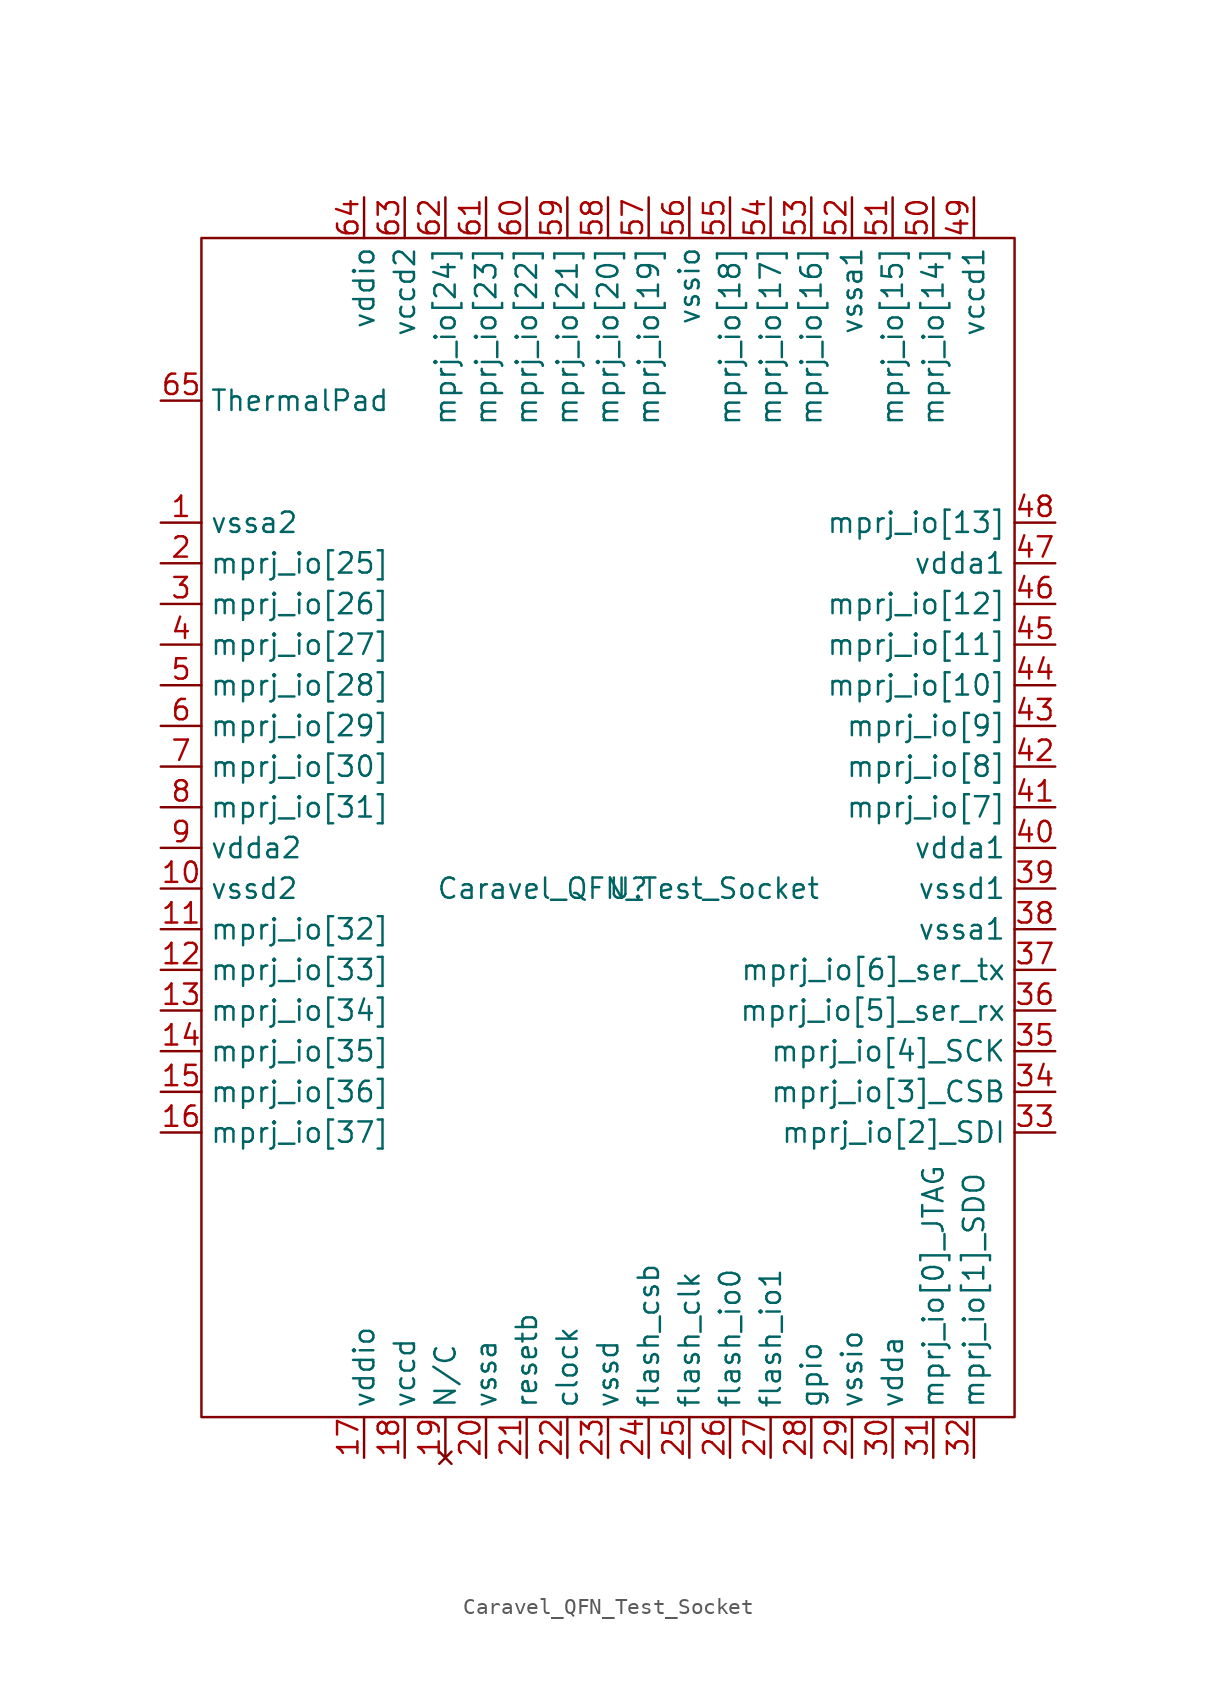
<source format=kicad_sym>
(kicad_symbol_lib
  (version 20231120)
  (generator "kicad_symbol_editor")
  (generator_version "8.0")
  (symbol "Caravel_QFN_Test_Socket"
    (property "Reference" "U"
      (at 0 0 0)
      (effects (font (size 1.27 1.27))))
    (property "Value" "Caravel_QFN_Test_Socket"
      (at 0 0 0)
      (effects (font (size 1.27 1.27))))
    (symbol "Caravel_QFN_Test_Socket_0_1"
      (rectangle (start -26.67 40.64) (end 24.13 -33.02) (stroke (width 0) (type default)) (fill (type none))))
    (symbol "Caravel_QFN_Test_Socket_1_1"
      (pin power_in line (at -29.21 22.86 0) (length 2.54) (name "vssa2" (effects (font (size 1.27 1.27)))) (number "1" (effects (font (size 1.27 1.27)))))
      (pin power_in line (at -29.21 0 0) (length 2.54) (name "vssd2" (effects (font (size 1.27 1.27)))) (number "10" (effects (font (size 1.27 1.27)))))
      (pin bidirectional line (at -29.21 -2.54 0) (length 2.54) (name "mprj_io[32]" (effects (font (size 1.27 1.27)))) (number "11" (effects (font (size 1.27 1.27)))))
      (pin bidirectional line (at -29.21 -5.08 0) (length 2.54) (name "mprj_io[33]" (effects (font (size 1.27 1.27)))) (number "12" (effects (font (size 1.27 1.27)))))
      (pin bidirectional line (at -29.21 -7.62 0) (length 2.54) (name "mprj_io[34]" (effects (font (size 1.27 1.27)))) (number "13" (effects (font (size 1.27 1.27)))))
      (pin bidirectional line (at -29.21 -10.16 0) (length 2.54) (name "mprj_io[35]" (effects (font (size 1.27 1.27)))) (number "14" (effects (font (size 1.27 1.27)))))
      (pin bidirectional line (at -29.21 -12.7 0) (length 2.54) (name "mprj_io[36]" (effects (font (size 1.27 1.27)))) (number "15" (effects (font (size 1.27 1.27)))))
      (pin bidirectional line (at -29.21 -15.24 0) (length 2.54) (name "mprj_io[37]" (effects (font (size 1.27 1.27)))) (number "16" (effects (font (size 1.27 1.27)))))
      (pin power_in line (at -16.51 -35.56 90) (length 2.54) (name "vddio" (effects (font (size 1.27 1.27)))) (number "17" (effects (font (size 1.27 1.27)))))
      (pin power_in line (at -13.97 -35.56 90) (length 2.54) (name "vccd" (effects (font (size 1.27 1.27)))) (number "18" (effects (font (size 1.27 1.27)))))
      (pin no_connect line (at -11.43 -35.56 90) (length 2.54) (name "N/C" (effects (font (size 1.27 1.27)))) (number "19" (effects (font (size 1.27 1.27)))))
      (pin bidirectional line (at -29.21 20.32 0) (length 2.54) (name "mprj_io[25]" (effects (font (size 1.27 1.27)))) (number "2" (effects (font (size 1.27 1.27)))))
      (pin power_in line (at -8.89 -35.56 90) (length 2.54) (name "vssa" (effects (font (size 1.27 1.27)))) (number "20" (effects (font (size 1.27 1.27)))))
      (pin input line (at -6.35 -35.56 90) (length 2.54) (name "resetb" (effects (font (size 1.27 1.27)))) (number "21" (effects (font (size 1.27 1.27)))))
      (pin input line (at -3.81 -35.56 90) (length 2.54) (name "clock" (effects (font (size 1.27 1.27)))) (number "22" (effects (font (size 1.27 1.27)))))
      (pin power_in line (at -1.27 -35.56 90) (length 2.54) (name "vssd" (effects (font (size 1.27 1.27)))) (number "23" (effects (font (size 1.27 1.27)))))
      (pin output line (at 1.27 -35.56 90) (length 2.54) (name "flash_csb" (effects (font (size 1.27 1.27)))) (number "24" (effects (font (size 1.27 1.27)))))
      (pin output line (at 3.81 -35.56 90) (length 2.54) (name "flash_clk" (effects (font (size 1.27 1.27)))) (number "25" (effects (font (size 1.27 1.27)))))
      (pin bidirectional line (at 6.35 -35.56 90) (length 2.54) (name "flash_io0" (effects (font (size 1.27 1.27)))) (number "26" (effects (font (size 1.27 1.27)))))
      (pin bidirectional line (at 8.89 -35.56 90) (length 2.54) (name "flash_io1" (effects (font (size 1.27 1.27)))) (number "27" (effects (font (size 1.27 1.27)))))
      (pin bidirectional line (at 11.43 -35.56 90) (length 2.54) (name "gpio" (effects (font (size 1.27 1.27)))) (number "28" (effects (font (size 1.27 1.27)))))
      (pin power_in line (at 13.97 -35.56 90) (length 2.54) (name "vssio" (effects (font (size 1.27 1.27)))) (number "29" (effects (font (size 1.27 1.27)))))
      (pin bidirectional line (at -29.21 17.78 0) (length 2.54) (name "mprj_io[26]" (effects (font (size 1.27 1.27)))) (number "3" (effects (font (size 1.27 1.27)))))
      (pin power_in line (at 16.51 -35.56 90) (length 2.54) (name "vdda" (effects (font (size 1.27 1.27)))) (number "30" (effects (font (size 1.27 1.27)))))
      (pin bidirectional line (at 19.05 -35.56 90) (length 2.54) (name "mprj_io[0]_JTAG" (effects (font (size 1.27 1.27)))) (number "31" (effects (font (size 1.27 1.27)))))
      (pin bidirectional line (at 21.59 -35.56 90) (length 2.54) (name "mprj_io[1]_SDO" (effects (font (size 1.27 1.27)))) (number "32" (effects (font (size 1.27 1.27)))))
      (pin bidirectional line (at 26.67 -15.24 180) (length 2.54) (name "mprj_io[2]_SDI" (effects (font (size 1.27 1.27)))) (number "33" (effects (font (size 1.27 1.27)))))
      (pin bidirectional line (at 26.67 -12.7 180) (length 2.54) (name "mprj_io[3]_CSB" (effects (font (size 1.27 1.27)))) (number "34" (effects (font (size 1.27 1.27)))))
      (pin bidirectional line (at 26.67 -10.16 180) (length 2.54) (name "mprj_io[4]_SCK" (effects (font (size 1.27 1.27)))) (number "35" (effects (font (size 1.27 1.27)))))
      (pin bidirectional line (at 26.67 -7.62 180) (length 2.54) (name "mprj_io[5]_ser_rx" (effects (font (size 1.27 1.27)))) (number "36" (effects (font (size 1.27 1.27)))))
      (pin bidirectional line (at 26.67 -5.08 180) (length 2.54) (name "mprj_io[6]_ser_tx" (effects (font (size 1.27 1.27)))) (number "37" (effects (font (size 1.27 1.27)))))
      (pin power_in line (at 26.67 -2.54 180) (length 2.54) (name "vssa1" (effects (font (size 1.27 1.27)))) (number "38" (effects (font (size 1.27 1.27)))))
      (pin power_in line (at 26.67 0 180) (length 2.54) (name "vssd1" (effects (font (size 1.27 1.27)))) (number "39" (effects (font (size 1.27 1.27)))))
      (pin bidirectional line (at -29.21 15.24 0) (length 2.54) (name "mprj_io[27]" (effects (font (size 1.27 1.27)))) (number "4" (effects (font (size 1.27 1.27)))))
      (pin power_in line (at 26.67 2.54 180) (length 2.54) (name "vdda1" (effects (font (size 1.27 1.27)))) (number "40" (effects (font (size 1.27 1.27)))))
      (pin bidirectional line (at 26.67 5.08 180) (length 2.54) (name "mprj_io[7]" (effects (font (size 1.27 1.27)))) (number "41" (effects (font (size 1.27 1.27)))))
      (pin bidirectional line (at 26.67 7.62 180) (length 2.54) (name "mprj_io[8]" (effects (font (size 1.27 1.27)))) (number "42" (effects (font (size 1.27 1.27)))))
      (pin bidirectional line (at 26.67 10.16 180) (length 2.54) (name "mprj_io[9]" (effects (font (size 1.27 1.27)))) (number "43" (effects (font (size 1.27 1.27)))))
      (pin bidirectional line (at 26.67 12.7 180) (length 2.54) (name "mprj_io[10]" (effects (font (size 1.27 1.27)))) (number "44" (effects (font (size 1.27 1.27)))))
      (pin bidirectional line (at 26.67 15.24 180) (length 2.54) (name "mprj_io[11]" (effects (font (size 1.27 1.27)))) (number "45" (effects (font (size 1.27 1.27)))))
      (pin bidirectional line (at 26.67 17.78 180) (length 2.54) (name "mprj_io[12]" (effects (font (size 1.27 1.27)))) (number "46" (effects (font (size 1.27 1.27)))))
      (pin power_in line (at 26.67 20.32 180) (length 2.54) (name "vdda1" (effects (font (size 1.27 1.27)))) (number "47" (effects (font (size 1.27 1.27)))))
      (pin bidirectional line (at 26.67 22.86 180) (length 2.54) (name "mprj_io[13]" (effects (font (size 1.27 1.27)))) (number "48" (effects (font (size 1.27 1.27)))))
      (pin power_in line (at 21.59 43.18 270) (length 2.54) (name "vccd1" (effects (font (size 1.27 1.27)))) (number "49" (effects (font (size 1.27 1.27)))))
      (pin bidirectional line (at -29.21 12.7 0) (length 2.54) (name "mprj_io[28]" (effects (font (size 1.27 1.27)))) (number "5" (effects (font (size 1.27 1.27)))))
      (pin bidirectional line (at 19.05 43.18 270) (length 2.54) (name "mprj_io[14]" (effects (font (size 1.27 1.27)))) (number "50" (effects (font (size 1.27 1.27)))))
      (pin bidirectional line (at 16.51 43.18 270) (length 2.54) (name "mprj_io[15]" (effects (font (size 1.27 1.27)))) (number "51" (effects (font (size 1.27 1.27)))))
      (pin power_in line (at 13.97 43.18 270) (length 2.54) (name "vssa1" (effects (font (size 1.27 1.27)))) (number "52" (effects (font (size 1.27 1.27)))))
      (pin bidirectional line (at 11.43 43.18 270) (length 2.54) (name "mprj_io[16]" (effects (font (size 1.27 1.27)))) (number "53" (effects (font (size 1.27 1.27)))))
      (pin bidirectional line (at 8.89 43.18 270) (length 2.54) (name "mprj_io[17]" (effects (font (size 1.27 1.27)))) (number "54" (effects (font (size 1.27 1.27)))))
      (pin bidirectional line (at 6.35 43.18 270) (length 2.54) (name "mprj_io[18]" (effects (font (size 1.27 1.27)))) (number "55" (effects (font (size 1.27 1.27)))))
      (pin power_in line (at 3.81 43.18 270) (length 2.54) (name "vssio" (effects (font (size 1.27 1.27)))) (number "56" (effects (font (size 1.27 1.27)))))
      (pin bidirectional line (at 1.27 43.18 270) (length 2.54) (name "mprj_io[19]" (effects (font (size 1.27 1.27)))) (number "57" (effects (font (size 1.27 1.27)))))
      (pin bidirectional line (at -1.27 43.18 270) (length 2.54) (name "mprj_io[20]" (effects (font (size 1.27 1.27)))) (number "58" (effects (font (size 1.27 1.27)))))
      (pin bidirectional line (at -3.81 43.18 270) (length 2.54) (name "mprj_io[21]" (effects (font (size 1.27 1.27)))) (number "59" (effects (font (size 1.27 1.27)))))
      (pin bidirectional line (at -29.21 10.16 0) (length 2.54) (name "mprj_io[29]" (effects (font (size 1.27 1.27)))) (number "6" (effects (font (size 1.27 1.27)))))
      (pin bidirectional line (at -6.35 43.18 270) (length 2.54) (name "mprj_io[22]" (effects (font (size 1.27 1.27)))) (number "60" (effects (font (size 1.27 1.27)))))
      (pin bidirectional line (at -8.89 43.18 270) (length 2.54) (name "mprj_io[23]" (effects (font (size 1.27 1.27)))) (number "61" (effects (font (size 1.27 1.27)))))
      (pin bidirectional line (at -11.43 43.18 270) (length 2.54) (name "mprj_io[24]" (effects (font (size 1.27 1.27)))) (number "62" (effects (font (size 1.27 1.27)))))
      (pin power_in line (at -13.97 43.18 270) (length 2.54) (name "vccd2" (effects (font (size 1.27 1.27)))) (number "63" (effects (font (size 1.27 1.27)))))
      (pin power_in line (at -16.51 43.18 270) (length 2.54) (name "vddio" (effects (font (size 1.27 1.27)))) (number "64" (effects (font (size 1.27 1.27)))))
      (pin power_in line (at -29.21 30.48 0) (length 2.54) (name "ThermalPad" (effects (font (size 1.27 1.27)))) (number "65" (effects (font (size 1.27 1.27)))))
      (pin bidirectional line (at -29.21 7.62 0) (length 2.54) (name "mprj_io[30]" (effects (font (size 1.27 1.27)))) (number "7" (effects (font (size 1.27 1.27)))))
      (pin bidirectional line (at -29.21 5.08 0) (length 2.54) (name "mprj_io[31]" (effects (font (size 1.27 1.27)))) (number "8" (effects (font (size 1.27 1.27)))))
      (pin power_in line (at -29.21 2.54 0) (length 2.54) (name "vdda2" (effects (font (size 1.27 1.27)))) (number "9" (effects (font (size 1.27 1.27))))))))
</source>
